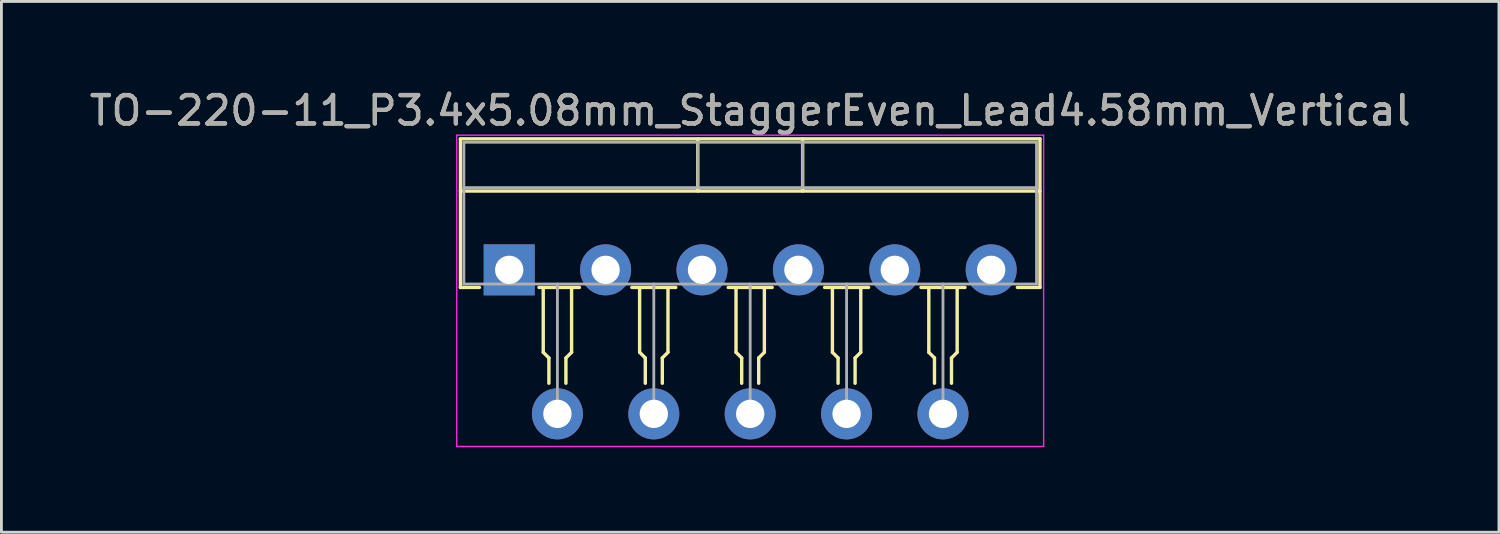
<source format=kicad_pcb>
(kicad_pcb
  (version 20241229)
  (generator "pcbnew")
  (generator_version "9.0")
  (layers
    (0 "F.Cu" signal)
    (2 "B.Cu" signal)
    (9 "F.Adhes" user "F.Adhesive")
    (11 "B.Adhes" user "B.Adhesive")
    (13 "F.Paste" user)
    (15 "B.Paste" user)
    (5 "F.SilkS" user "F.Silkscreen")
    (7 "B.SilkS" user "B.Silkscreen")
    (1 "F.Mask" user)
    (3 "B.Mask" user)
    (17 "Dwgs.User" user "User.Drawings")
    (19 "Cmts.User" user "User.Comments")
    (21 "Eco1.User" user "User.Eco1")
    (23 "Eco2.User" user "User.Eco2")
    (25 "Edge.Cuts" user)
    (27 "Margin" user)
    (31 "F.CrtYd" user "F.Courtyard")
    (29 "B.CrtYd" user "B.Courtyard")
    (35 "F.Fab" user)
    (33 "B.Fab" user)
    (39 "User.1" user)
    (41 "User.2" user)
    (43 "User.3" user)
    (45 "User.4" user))
  (footprint "TO-220-11_P3.4x5.08mm_StaggerEven_Lead4.58mm_Vertical"
    (layer "F.Cu")
    (at 14.911 6.468)
    (property "Reference" "TO-220-11_P3.4x5.08mm_StaggerEven_Lead4.58mm_Vertical" (at 8.5 -5.62 0) (layer "F.SilkS") (effects (font (size 1 1) (thickness 0.15))))
    (attr through_hole)
    (fp_line (start -1.72 -4.62) (end -1.72 0.621) (stroke (width 0.12) (type solid)) (layer "F.SilkS"))
    (fp_line (start -1.72 -4.62) (end 18.72 -4.62) (stroke (width 0.12) (type solid)) (layer "F.SilkS"))
    (fp_line (start -1.72 -2.78) (end 18.72 -2.78) (stroke (width 0.12) (type solid)) (layer "F.SilkS"))
    (fp_line (start -1.72 0.621) (end -1.05 0.621) (stroke (width 0.12) (type solid)) (layer "F.SilkS"))
    (fp_line (start 1.05 0.621) (end 2.476 0.621) (stroke (width 0.12) (type solid)) (layer "F.SilkS"))
    (fp_line (start 1.2 0.658) (end 1.2 2.908) (stroke (width 0.12) (type solid)) (layer "F.SilkS"))
    (fp_line (start 1.2 2.908) (end 1.4 3.108) (stroke (width 0.12) (type solid)) (layer "F.SilkS"))
    (fp_line (start 1.4 4) (end 1.4 3.108) (stroke (width 0.12) (type solid)) (layer "F.SilkS"))
    (fp_line (start 2 4) (end 2 3.108) (stroke (width 0.12) (type solid)) (layer "F.SilkS"))
    (fp_line (start 2.2 0.658) (end 2.2 2.908) (stroke (width 0.12) (type solid)) (layer "F.SilkS"))
    (fp_line (start 2.2 2.908) (end 2 3.108) (stroke (width 0.12) (type solid)) (layer "F.SilkS"))
    (fp_line (start 4.325 0.621) (end 5.876 0.621) (stroke (width 0.12) (type solid)) (layer "F.SilkS"))
    (fp_line (start 4.6 0.658) (end 4.6 2.908) (stroke (width 0.12) (type solid)) (layer "F.SilkS"))
    (fp_line (start 4.6 2.908) (end 4.8 3.108) (stroke (width 0.12) (type solid)) (layer "F.SilkS"))
    (fp_line (start 4.8 4) (end 4.8 3.108) (stroke (width 0.12) (type solid)) (layer "F.SilkS"))
    (fp_line (start 5.4 4) (end 5.4 3.108) (stroke (width 0.12) (type solid)) (layer "F.SilkS"))
    (fp_line (start 5.6 0.658) (end 5.6 2.908) (stroke (width 0.12) (type solid)) (layer "F.SilkS"))
    (fp_line (start 5.6 2.908) (end 5.4 3.108) (stroke (width 0.12) (type solid)) (layer "F.SilkS"))
    (fp_line (start 6.65 -4.62) (end 6.65 -2.78) (stroke (width 0.12) (type solid)) (layer "F.SilkS"))
    (fp_line (start 7.725 0.621) (end 9.276 0.621) (stroke (width 0.12) (type solid)) (layer "F.SilkS"))
    (fp_line (start 8 0.658) (end 8 2.908) (stroke (width 0.12) (type solid)) (layer "F.SilkS"))
    (fp_line (start 8 2.908) (end 8.2 3.108) (stroke (width 0.12) (type solid)) (layer "F.SilkS"))
    (fp_line (start 8.2 4) (end 8.2 3.108) (stroke (width 0.12) (type solid)) (layer "F.SilkS"))
    (fp_line (start 8.8 4) (end 8.8 3.108) (stroke (width 0.12) (type solid)) (layer "F.SilkS"))
    (fp_line (start 9 0.658) (end 9 2.908) (stroke (width 0.12) (type solid)) (layer "F.SilkS"))
    (fp_line (start 9 2.908) (end 8.8 3.108) (stroke (width 0.12) (type solid)) (layer "F.SilkS"))
    (fp_line (start 10.35 -4.62) (end 10.35 -2.78) (stroke (width 0.12) (type solid)) (layer "F.SilkS"))
    (fp_line (start 11.125 0.621) (end 12.676 0.621) (stroke (width 0.12) (type solid)) (layer "F.SilkS"))
    (fp_line (start 11.4 0.658) (end 11.4 2.908) (stroke (width 0.12) (type solid)) (layer "F.SilkS"))
    (fp_line (start 11.4 2.908) (end 11.6 3.108) (stroke (width 0.12) (type solid)) (layer "F.SilkS"))
    (fp_line (start 11.6 4) (end 11.6 3.108) (stroke (width 0.12) (type solid)) (layer "F.SilkS"))
    (fp_line (start 12.2 4) (end 12.2 3.108) (stroke (width 0.12) (type solid)) (layer "F.SilkS"))
    (fp_line (start 12.4 0.658) (end 12.4 2.908) (stroke (width 0.12) (type solid)) (layer "F.SilkS"))
    (fp_line (start 12.4 2.908) (end 12.2 3.108) (stroke (width 0.12) (type solid)) (layer "F.SilkS"))
    (fp_line (start 14.525 0.621) (end 16.076 0.621) (stroke (width 0.12) (type solid)) (layer "F.SilkS"))
    (fp_line (start 14.8 0.658) (end 14.8 2.908) (stroke (width 0.12) (type solid)) (layer "F.SilkS"))
    (fp_line (start 14.8 2.908) (end 15 3.108) (stroke (width 0.12) (type solid)) (layer "F.SilkS"))
    (fp_line (start 15 4) (end 15 3.108) (stroke (width 0.12) (type solid)) (layer "F.SilkS"))
    (fp_line (start 15.6 4) (end 15.6 3.108) (stroke (width 0.12) (type solid)) (layer "F.SilkS"))
    (fp_line (start 15.8 0.658) (end 15.8 2.908) (stroke (width 0.12) (type solid)) (layer "F.SilkS"))
    (fp_line (start 15.8 2.908) (end 15.6 3.108) (stroke (width 0.12) (type solid)) (layer "F.SilkS"))
    (fp_line (start 17.925 0.621) (end 18.72 0.621) (stroke (width 0.12) (type solid)) (layer "F.SilkS"))
    (fp_line (start 18.72 -4.62) (end 18.72 0.621) (stroke (width 0.12) (type solid)) (layer "F.SilkS"))
    (fp_line (start -1.85 -4.75) (end -1.85 6.23) (stroke (width 0.05) (type solid)) (layer "F.CrtYd"))
    (fp_line (start -1.85 6.23) (end 18.85 6.23) (stroke (width 0.05) (type solid)) (layer "F.CrtYd"))
    (fp_line (start 18.85 -4.75) (end -1.85 -4.75) (stroke (width 0.05) (type solid)) (layer "F.CrtYd"))
    (fp_line (start 18.85 6.23) (end 18.85 -4.75) (stroke (width 0.05) (type solid)) (layer "F.CrtYd"))
    (fp_line (start -1.6 -4.5) (end -1.6 0.5) (stroke (width 0.1) (type solid)) (layer "F.Fab"))
    (fp_line (start -1.6 -2.9) (end 18.6 -2.9) (stroke (width 0.1) (type solid)) (layer "F.Fab"))
    (fp_line (start -1.6 0.5) (end 18.6 0.5) (stroke (width 0.1) (type solid)) (layer "F.Fab"))
    (fp_line (start 1.7 0.5) (end 1.7 5.08) (stroke (width 0.1) (type solid)) (layer "F.Fab"))
    (fp_line (start 5.1 0.5) (end 5.1 5.08) (stroke (width 0.1) (type solid)) (layer "F.Fab"))
    (fp_line (start 6.65 -4.5) (end 6.65 -2.9) (stroke (width 0.1) (type solid)) (layer "F.Fab"))
    (fp_line (start 8.5 0.5) (end 8.5 5.08) (stroke (width 0.1) (type solid)) (layer "F.Fab"))
    (fp_line (start 10.35 -4.5) (end 10.35 -2.9) (stroke (width 0.1) (type solid)) (layer "F.Fab"))
    (fp_line (start 11.9 0.5) (end 11.9 5.08) (stroke (width 0.1) (type solid)) (layer "F.Fab"))
    (fp_line (start 15.3 0.5) (end 15.3 5.08) (stroke (width 0.1) (type solid)) (layer "F.Fab"))
    (fp_line (start 18.6 -4.5) (end -1.6 -4.5) (stroke (width 0.1) (type solid)) (layer "F.Fab"))
    (fp_line (start 18.6 0.5) (end 18.6 -4.5) (stroke (width 0.1) (type solid)) (layer "F.Fab"))
    (fp_text user "${REFERENCE}" (at 8.5 -5.62 0) (layer "F.Fab") (effects (font (size 1 1) (thickness 0.15))))
    (pad "1" thru_hole rect (at 0 0) (size 1.8 1.8) (drill 1) (layers "*.Cu" "*.Mask"))
    (pad "2" thru_hole oval (at 1.7 5.08) (size 1.8 1.8) (drill 1) (layers "*.Cu" "*.Mask"))
    (pad "3" thru_hole oval (at 3.4 0) (size 1.8 1.8) (drill 1) (layers "*.Cu" "*.Mask"))
    (pad "4" thru_hole oval (at 5.1 5.08) (size 1.8 1.8) (drill 1) (layers "*.Cu" "*.Mask"))
    (pad "5" thru_hole oval (at 6.8 0) (size 1.8 1.8) (drill 1) (layers "*.Cu" "*.Mask"))
    (pad "6" thru_hole oval (at 8.5 5.08) (size 1.8 1.8) (drill 1) (layers "*.Cu" "*.Mask"))
    (pad "7" thru_hole oval (at 10.2 0) (size 1.8 1.8) (drill 1) (layers "*.Cu" "*.Mask"))
    (pad "8" thru_hole oval (at 11.9 5.08) (size 1.8 1.8) (drill 1) (layers "*.Cu" "*.Mask"))
    (pad "9" thru_hole oval (at 13.6 0) (size 1.8 1.8) (drill 1) (layers "*.Cu" "*.Mask"))
    (pad "10" thru_hole oval (at 15.3 5.08) (size 1.8 1.8) (drill 1) (layers "*.Cu" "*.Mask"))
    (pad "11" thru_hole oval (at 17 0) (size 1.8 1.8) (drill 1) (layers "*.Cu" "*.Mask")))
  (gr_rect
    (start -3 -3)
    (end 49.821 15.723)
    (stroke (width 0.1) (type default))
    (fill no)
    (layer "Edge.Cuts")))
</source>
